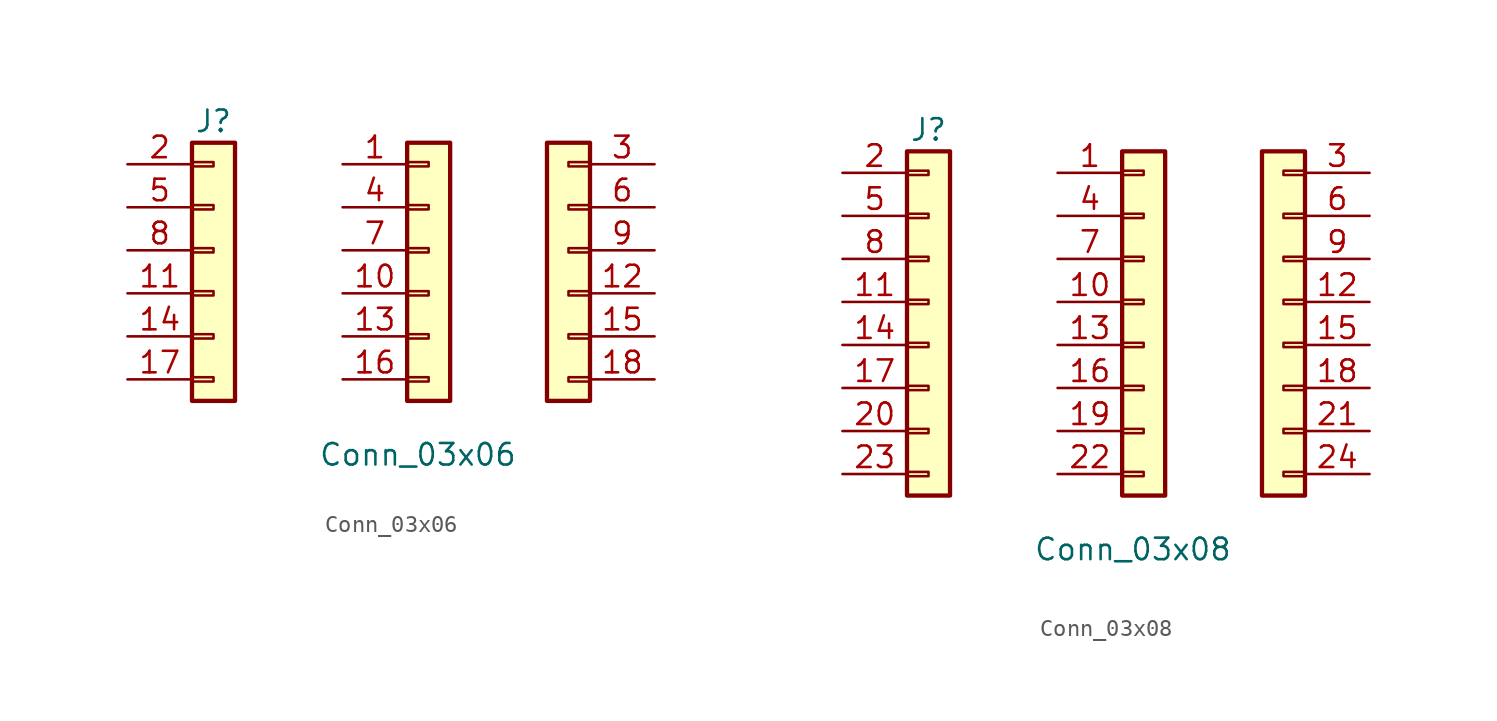
<source format=kicad_sym>
(kicad_symbol_lib
  (version 20220914)
  (generator kicad_symbol_editor)
  (symbol "Conn_03x06"
    (pin_names
      (offset 1.016) hide)
    (property "Reference" "J"
      (at 0 10.16 0)
      (effects (font (size 1.27 1.27))))
    (property "Value" "Conn_03x06"
      (at 12.065 -9.525 0)
      (effects (font (size 1.27 1.27))))
    (symbol "Conn_03x06_1_1"
      (rectangle (start -1.27 -4.953) (end 0 -5.207) (stroke (width 0.152) (type default)) (fill (type none)))
      (rectangle (start -1.27 -2.413) (end 0 -2.667) (stroke (width 0.152) (type default)) (fill (type none)))
      (rectangle (start -1.27 0.127) (end 0 -0.127) (stroke (width 0.152) (type default)) (fill (type none)))
      (rectangle (start -1.27 2.667) (end 0 2.413) (stroke (width 0.152) (type default)) (fill (type none)))
      (rectangle (start -1.27 5.207) (end 0 4.953) (stroke (width 0.152) (type default)) (fill (type none)))
      (rectangle (start -1.27 7.747) (end 0 7.493) (stroke (width 0.152) (type default)) (fill (type none)))
      (rectangle (start -1.27 8.89) (end 1.27 -6.35) (stroke (width 0.254) (type default)) (fill (type background)))
      (rectangle (start 11.43 -4.953) (end 12.7 -5.207) (stroke (width 0.152) (type default)) (fill (type none)))
      (rectangle (start 11.43 -2.413) (end 12.7 -2.667) (stroke (width 0.152) (type default)) (fill (type none)))
      (rectangle (start 11.43 0.127) (end 12.7 -0.127) (stroke (width 0.152) (type default)) (fill (type none)))
      (rectangle (start 11.43 2.667) (end 12.7 2.413) (stroke (width 0.152) (type default)) (fill (type none)))
      (rectangle (start 11.43 5.207) (end 12.7 4.953) (stroke (width 0.152) (type default)) (fill (type none)))
      (rectangle (start 11.43 7.747) (end 12.7 7.493) (stroke (width 0.152) (type default)) (fill (type none)))
      (rectangle (start 11.43 8.89) (end 13.97 -6.35) (stroke (width 0.254) (type default)) (fill (type background)))
      (rectangle (start 19.685 8.89) (end 22.225 -6.35) (stroke (width 0.254) (type default)) (fill (type background)))
      (rectangle (start 20.955 -5.207) (end 22.225 -4.953) (stroke (width 0.152) (type default)) (fill (type none)))
      (rectangle (start 20.955 -2.667) (end 22.225 -2.413) (stroke (width 0.152) (type default)) (fill (type none)))
      (rectangle (start 20.955 -0.127) (end 22.225 0.127) (stroke (width 0.152) (type default)) (fill (type none)))
      (rectangle (start 20.955 2.413) (end 22.225 2.667) (stroke (width 0.152) (type default)) (fill (type none)))
      (rectangle (start 20.955 4.953) (end 22.225 5.207) (stroke (width 0.152) (type default)) (fill (type none)))
      (rectangle (start 20.955 7.493) (end 22.225 7.747) (stroke (width 0.152) (type default)) (fill (type none)))
      (pin passive line (at 7.62 7.62 0) (length 3.81) (name "Pin_1" (effects (font (size 1.27 1.27)))) (number "1" (effects (font (size 1.27 1.27)))))
      (pin passive line (at 7.62 0 0) (length 3.81) (name "Pin_10" (effects (font (size 1.27 1.27)))) (number "10" (effects (font (size 1.27 1.27)))))
      (pin passive line (at -5.08 0 0) (length 3.81) (name "Pin_11" (effects (font (size 1.27 1.27)))) (number "11" (effects (font (size 1.27 1.27)))))
      (pin passive line (at 26.035 0 180) (length 3.81) (name "Pin_12" (effects (font (size 1.27 1.27)))) (number "12" (effects (font (size 1.27 1.27)))))
      (pin passive line (at 7.62 -2.54 0) (length 3.81) (name "Pin_13" (effects (font (size 1.27 1.27)))) (number "13" (effects (font (size 1.27 1.27)))))
      (pin passive line (at -5.08 -2.54 0) (length 3.81) (name "Pin_14" (effects (font (size 1.27 1.27)))) (number "14" (effects (font (size 1.27 1.27)))))
      (pin passive line (at 26.035 -2.54 180) (length 3.81) (name "Pin_15" (effects (font (size 1.27 1.27)))) (number "15" (effects (font (size 1.27 1.27)))))
      (pin passive line (at 7.62 -5.08 0) (length 3.81) (name "Pin_16" (effects (font (size 1.27 1.27)))) (number "16" (effects (font (size 1.27 1.27)))))
      (pin passive line (at -5.08 -5.08 0) (length 3.81) (name "Pin_17" (effects (font (size 1.27 1.27)))) (number "17" (effects (font (size 1.27 1.27)))))
      (pin passive line (at 26.035 -5.08 180) (length 3.81) (name "Pin_18" (effects (font (size 1.27 1.27)))) (number "18" (effects (font (size 1.27 1.27)))))
      (pin passive line (at -5.08 7.62 0) (length 3.81) (name "Pin_2" (effects (font (size 1.27 1.27)))) (number "2" (effects (font (size 1.27 1.27)))))
      (pin passive line (at 26.035 7.62 180) (length 3.81) (name "Pin_3" (effects (font (size 1.27 1.27)))) (number "3" (effects (font (size 1.27 1.27)))))
      (pin passive line (at 7.62 5.08 0) (length 3.81) (name "Pin_4" (effects (font (size 1.27 1.27)))) (number "4" (effects (font (size 1.27 1.27)))))
      (pin passive line (at -5.08 5.08 0) (length 3.81) (name "Pin_5" (effects (font (size 1.27 1.27)))) (number "5" (effects (font (size 1.27 1.27)))))
      (pin passive line (at 26.035 5.08 180) (length 3.81) (name "Pin_6" (effects (font (size 1.27 1.27)))) (number "6" (effects (font (size 1.27 1.27)))))
      (pin passive line (at 7.62 2.54 0) (length 3.81) (name "Pin_7" (effects (font (size 1.27 1.27)))) (number "7" (effects (font (size 1.27 1.27)))))
      (pin passive line (at -5.08 2.54 0) (length 3.81) (name "Pin_8" (effects (font (size 1.27 1.27)))) (number "8" (effects (font (size 1.27 1.27)))))
      (pin passive line (at 26.035 2.54 180) (length 3.81) (name "Pin_9" (effects (font (size 1.27 1.27)))) (number "9" (effects (font (size 1.27 1.27)))))))
  (symbol "Conn_03x08"
    (pin_names
      (offset 1.016) hide)
    (property "Reference" "J"
      (at 0 10.16 0)
      (effects (font (size 1.27 1.27))))
    (property "Value" "Conn_03x08"
      (at 12.065 -14.605 0)
      (effects (font (size 1.27 1.27))))
    (symbol "Conn_03x08_1_1"
      (rectangle (start -1.27 -10.033) (end 0 -10.287) (stroke (width 0.152) (type default)) (fill (type none)))
      (rectangle (start -1.27 -7.493) (end 0 -7.747) (stroke (width 0.152) (type default)) (fill (type none)))
      (rectangle (start -1.27 -4.953) (end 0 -5.207) (stroke (width 0.152) (type default)) (fill (type none)))
      (rectangle (start -1.27 -2.413) (end 0 -2.667) (stroke (width 0.152) (type default)) (fill (type none)))
      (rectangle (start -1.27 0.127) (end 0 -0.127) (stroke (width 0.152) (type default)) (fill (type none)))
      (rectangle (start -1.27 2.667) (end 0 2.413) (stroke (width 0.152) (type default)) (fill (type none)))
      (rectangle (start -1.27 5.207) (end 0 4.953) (stroke (width 0.152) (type default)) (fill (type none)))
      (rectangle (start -1.27 7.747) (end 0 7.493) (stroke (width 0.152) (type default)) (fill (type none)))
      (rectangle (start -1.27 8.89) (end 1.27 -11.43) (stroke (width 0.254) (type default)) (fill (type background)))
      (rectangle (start 11.43 -10.033) (end 12.7 -10.287) (stroke (width 0.152) (type default)) (fill (type none)))
      (rectangle (start 11.43 -7.493) (end 12.7 -7.747) (stroke (width 0.152) (type default)) (fill (type none)))
      (rectangle (start 11.43 -4.953) (end 12.7 -5.207) (stroke (width 0.152) (type default)) (fill (type none)))
      (rectangle (start 11.43 -2.413) (end 12.7 -2.667) (stroke (width 0.152) (type default)) (fill (type none)))
      (rectangle (start 11.43 0.127) (end 12.7 -0.127) (stroke (width 0.152) (type default)) (fill (type none)))
      (rectangle (start 11.43 2.667) (end 12.7 2.413) (stroke (width 0.152) (type default)) (fill (type none)))
      (rectangle (start 11.43 5.207) (end 12.7 4.953) (stroke (width 0.152) (type default)) (fill (type none)))
      (rectangle (start 11.43 7.747) (end 12.7 7.493) (stroke (width 0.152) (type default)) (fill (type none)))
      (rectangle (start 11.43 8.89) (end 13.97 -11.43) (stroke (width 0.254) (type default)) (fill (type background)))
      (rectangle (start 19.685 -11.43) (end 22.225 8.89) (stroke (width 0.254) (type default)) (fill (type background)))
      (rectangle (start 20.955 -10.287) (end 22.225 -10.033) (stroke (width 0.152) (type default)) (fill (type none)))
      (rectangle (start 20.955 -7.747) (end 22.225 -7.493) (stroke (width 0.152) (type default)) (fill (type none)))
      (rectangle (start 20.955 -5.207) (end 22.225 -4.953) (stroke (width 0.152) (type default)) (fill (type none)))
      (rectangle (start 20.955 -2.667) (end 22.225 -2.413) (stroke (width 0.152) (type default)) (fill (type none)))
      (rectangle (start 20.955 -0.127) (end 22.225 0.127) (stroke (width 0.152) (type default)) (fill (type none)))
      (rectangle (start 20.955 2.413) (end 22.225 2.667) (stroke (width 0.152) (type default)) (fill (type none)))
      (rectangle (start 20.955 4.953) (end 22.225 5.207) (stroke (width 0.152) (type default)) (fill (type none)))
      (rectangle (start 20.955 7.493) (end 22.225 7.747) (stroke (width 0.152) (type default)) (fill (type none)))
      (pin passive line (at 7.62 7.62 0) (length 3.81) (name "Pin_1" (effects (font (size 1.27 1.27)))) (number "1" (effects (font (size 1.27 1.27)))))
      (pin passive line (at 7.62 0 0) (length 3.81) (name "Pin_10" (effects (font (size 1.27 1.27)))) (number "10" (effects (font (size 1.27 1.27)))))
      (pin passive line (at -5.08 0 0) (length 3.81) (name "Pin_11" (effects (font (size 1.27 1.27)))) (number "11" (effects (font (size 1.27 1.27)))))
      (pin passive line (at 26.035 0 180) (length 3.81) (name "Pin_12" (effects (font (size 1.27 1.27)))) (number "12" (effects (font (size 1.27 1.27)))))
      (pin passive line (at 7.62 -2.54 0) (length 3.81) (name "Pin_13" (effects (font (size 1.27 1.27)))) (number "13" (effects (font (size 1.27 1.27)))))
      (pin passive line (at -5.08 -2.54 0) (length 3.81) (name "Pin_14" (effects (font (size 1.27 1.27)))) (number "14" (effects (font (size 1.27 1.27)))))
      (pin passive line (at 26.035 -2.54 180) (length 3.81) (name "Pin_15" (effects (font (size 1.27 1.27)))) (number "15" (effects (font (size 1.27 1.27)))))
      (pin passive line (at 7.62 -5.08 0) (length 3.81) (name "Pin_16" (effects (font (size 1.27 1.27)))) (number "16" (effects (font (size 1.27 1.27)))))
      (pin passive line (at -5.08 -5.08 0) (length 3.81) (name "Pin_17" (effects (font (size 1.27 1.27)))) (number "17" (effects (font (size 1.27 1.27)))))
      (pin passive line (at 26.035 -5.08 180) (length 3.81) (name "Pin_18" (effects (font (size 1.27 1.27)))) (number "18" (effects (font (size 1.27 1.27)))))
      (pin passive line (at 7.62 -7.62 0) (length 3.81) (name "Pin_º9" (effects (font (size 1.27 1.27)))) (number "19" (effects (font (size 1.27 1.27)))))
      (pin passive line (at -5.08 7.62 0) (length 3.81) (name "Pin_2" (effects (font (size 1.27 1.27)))) (number "2" (effects (font (size 1.27 1.27)))))
      (pin passive line (at -5.08 -7.62 0) (length 3.81) (name "Pin_20" (effects (font (size 1.27 1.27)))) (number "20" (effects (font (size 1.27 1.27)))))
      (pin passive line (at 26.035 -7.62 180) (length 3.81) (name "Pin_21" (effects (font (size 1.27 1.27)))) (number "21" (effects (font (size 1.27 1.27)))))
      (pin passive line (at 7.62 -10.16 0) (length 3.81) (name "Pin_22" (effects (font (size 1.27 1.27)))) (number "22" (effects (font (size 1.27 1.27)))))
      (pin passive line (at -5.08 -10.16 0) (length 3.81) (name "Pin_23" (effects (font (size 1.27 1.27)))) (number "23" (effects (font (size 1.27 1.27)))))
      (pin passive line (at 26.035 -10.16 180) (length 3.81) (name "Pin_24" (effects (font (size 1.27 1.27)))) (number "24" (effects (font (size 1.27 1.27)))))
      (pin passive line (at 26.035 7.62 180) (length 3.81) (name "Pin_3" (effects (font (size 1.27 1.27)))) (number "3" (effects (font (size 1.27 1.27)))))
      (pin passive line (at 7.62 5.08 0) (length 3.81) (name "Pin_4" (effects (font (size 1.27 1.27)))) (number "4" (effects (font (size 1.27 1.27)))))
      (pin passive line (at -5.08 5.08 0) (length 3.81) (name "Pin_5" (effects (font (size 1.27 1.27)))) (number "5" (effects (font (size 1.27 1.27)))))
      (pin passive line (at 26.035 5.08 180) (length 3.81) (name "Pin_6" (effects (font (size 1.27 1.27)))) (number "6" (effects (font (size 1.27 1.27)))))
      (pin passive line (at 7.62 2.54 0) (length 3.81) (name "Pin_7" (effects (font (size 1.27 1.27)))) (number "7" (effects (font (size 1.27 1.27)))))
      (pin passive line (at -5.08 2.54 0) (length 3.81) (name "Pin_8" (effects (font (size 1.27 1.27)))) (number "8" (effects (font (size 1.27 1.27)))))
      (pin passive line (at 26.035 2.54 180) (length 3.81) (name "Pin_9" (effects (font (size 1.27 1.27)))) (number "9" (effects (font (size 1.27 1.27))))))))
</source>
